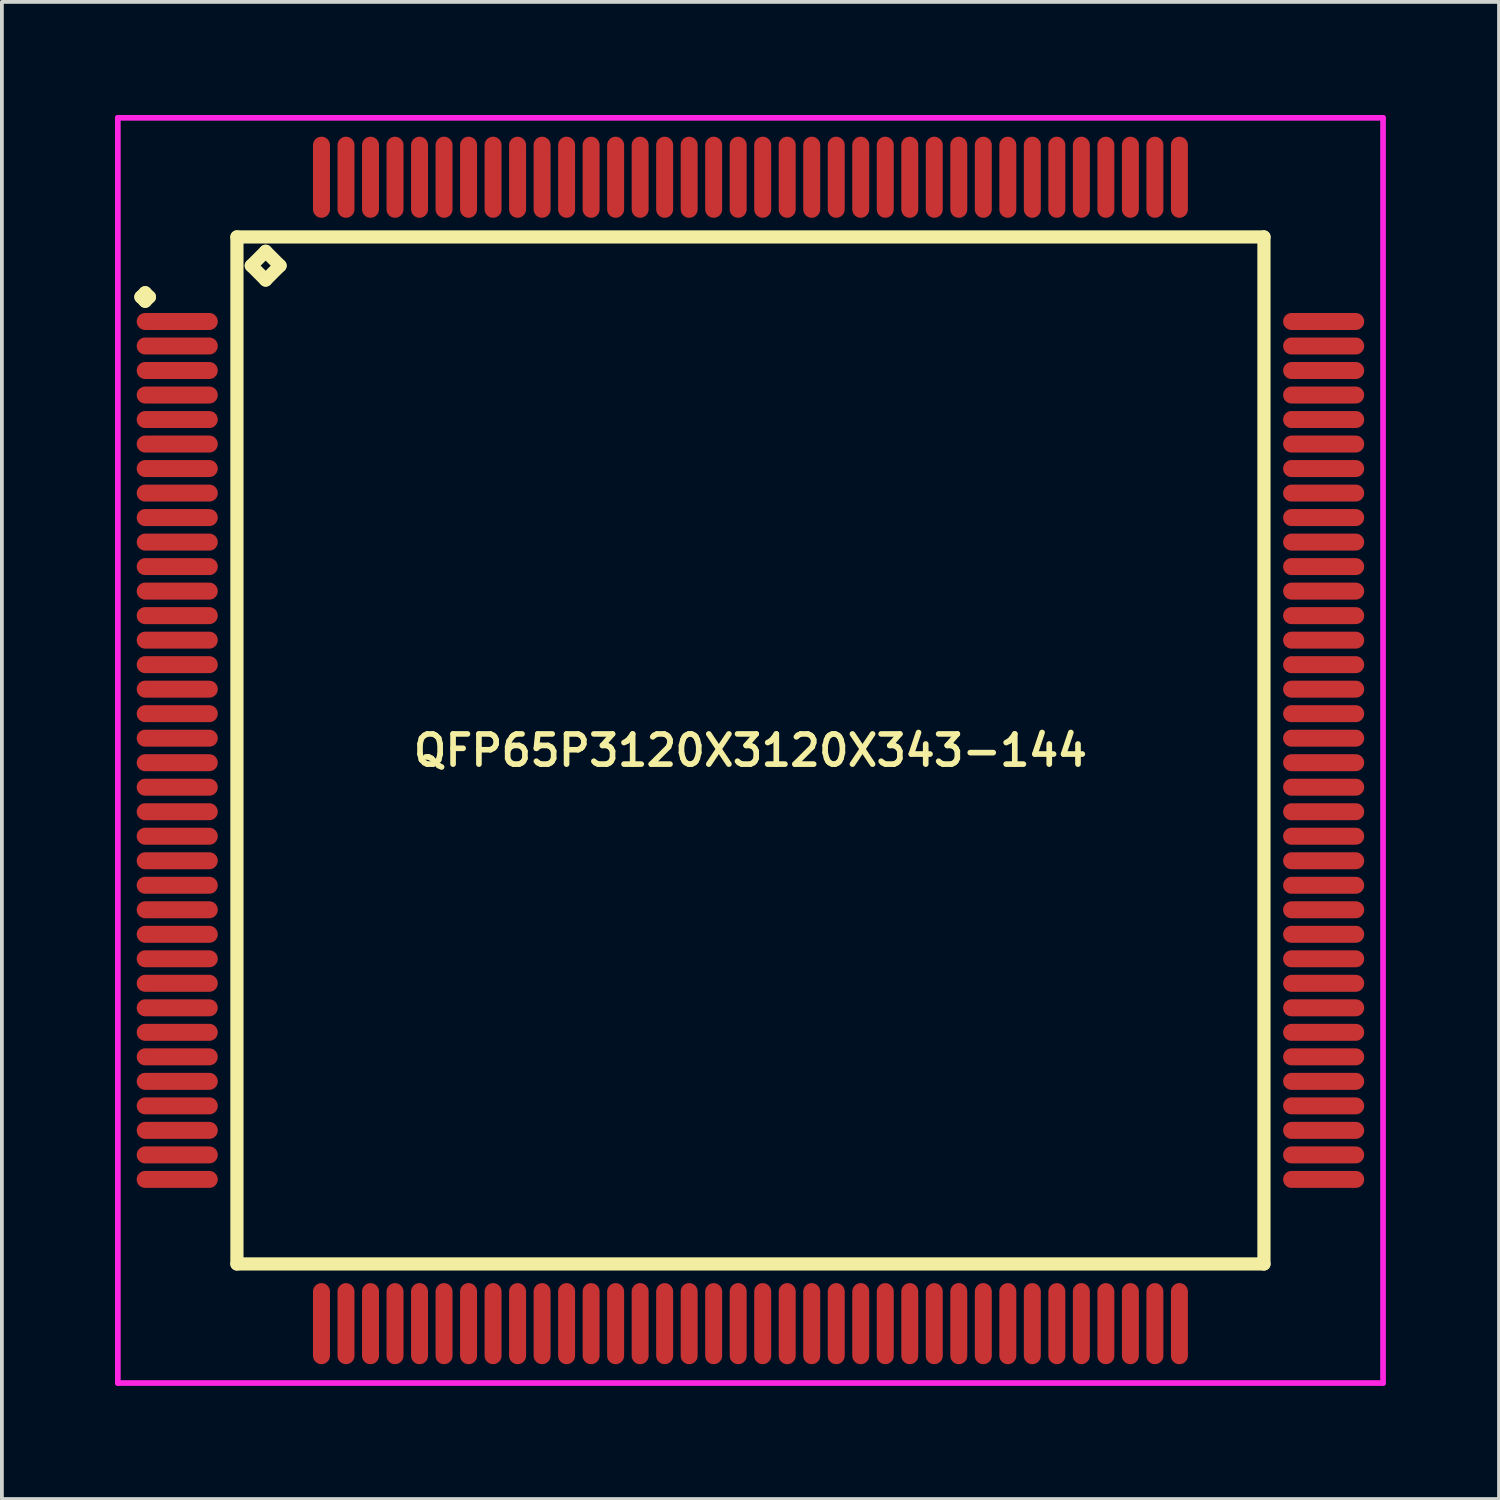
<source format=kicad_pcb>
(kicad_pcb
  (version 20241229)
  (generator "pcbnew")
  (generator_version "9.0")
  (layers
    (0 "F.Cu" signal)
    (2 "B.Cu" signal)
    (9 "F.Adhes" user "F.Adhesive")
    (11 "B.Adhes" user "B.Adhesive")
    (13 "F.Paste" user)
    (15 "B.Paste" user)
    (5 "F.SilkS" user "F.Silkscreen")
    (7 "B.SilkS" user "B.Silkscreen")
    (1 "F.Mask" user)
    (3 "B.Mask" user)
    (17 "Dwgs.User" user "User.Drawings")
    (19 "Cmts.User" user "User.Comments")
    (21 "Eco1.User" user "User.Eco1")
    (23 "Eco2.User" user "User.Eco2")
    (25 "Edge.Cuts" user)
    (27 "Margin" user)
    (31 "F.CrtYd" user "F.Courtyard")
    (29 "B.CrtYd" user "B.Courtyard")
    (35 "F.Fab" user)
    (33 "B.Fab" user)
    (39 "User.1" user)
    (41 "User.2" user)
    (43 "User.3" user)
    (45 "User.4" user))
  (footprint "QFP65P3120X3120X343-144"
    (layer "F.Cu")
    (at 16.85 16.85)
    (property "Reference" "QFP65P3120X3120X343-144" (at 0 0 0) (layer "F.SilkS") (effects (font (size 0.8 0.8) (thickness 0.15))))
    (attr smd)
    (fp_line (start -16.163 -12.025) (end -16.05 -12.137) (stroke (width 0.35) (type solid)) (layer "F.SilkS"))
    (fp_line (start -16.05 -12.137) (end -15.938 -12.025) (stroke (width 0.35) (type solid)) (layer "F.SilkS"))
    (fp_line (start -16.05 -11.912) (end -16.163 -12.025) (stroke (width 0.35) (type solid)) (layer "F.SilkS"))
    (fp_line (start -15.938 -12.025) (end -16.05 -11.912) (stroke (width 0.35) (type solid)) (layer "F.SilkS"))
    (fp_line (start -13.617 -13.617) (end -13.617 13.617) (stroke (width 0.35) (type solid)) (layer "F.SilkS"))
    (fp_line (start -13.617 13.617) (end 13.617 13.617) (stroke (width 0.35) (type solid)) (layer "F.SilkS"))
    (fp_line (start -13.236 -12.855) (end -12.855 -13.236) (stroke (width 0.35) (type solid)) (layer "F.SilkS"))
    (fp_line (start -12.855 -13.236) (end -12.474 -12.855) (stroke (width 0.35) (type solid)) (layer "F.SilkS"))
    (fp_line (start -12.855 -12.474) (end -13.236 -12.855) (stroke (width 0.35) (type solid)) (layer "F.SilkS"))
    (fp_line (start -12.474 -12.855) (end -12.855 -12.474) (stroke (width 0.35) (type solid)) (layer "F.SilkS"))
    (fp_line (start 13.617 -13.617) (end -13.617 -13.617) (stroke (width 0.35) (type solid)) (layer "F.SilkS"))
    (fp_line (start 13.617 13.617) (end 13.617 -13.617) (stroke (width 0.35) (type solid)) (layer "F.SilkS"))
    (fp_line (start -16.775 -16.775) (end 16.775 -16.775) (stroke (width 0.15) (type solid)) (layer "F.CrtYd"))
    (fp_line (start -16.775 16.775) (end -16.775 -16.775) (stroke (width 0.15) (type solid)) (layer "F.CrtYd"))
    (fp_line (start 16.775 -16.775) (end 16.775 16.775) (stroke (width 0.15) (type solid)) (layer "F.CrtYd"))
    (fp_line (start 16.775 16.775) (end -16.775 16.775) (stroke (width 0.15) (type solid)) (layer "F.CrtYd"))
    (pad "1" smd oval (at -15.2 -11.375) (size 2.15 0.45) (layers "F.Cu" "F.Mask" "F.Paste"))
    (pad "2" smd oval (at -15.2 -10.725) (size 2.15 0.45) (layers "F.Cu" "F.Mask" "F.Paste"))
    (pad "3" smd oval (at -15.2 -10.075) (size 2.15 0.45) (layers "F.Cu" "F.Mask" "F.Paste"))
    (pad "4" smd oval (at -15.2 -9.425) (size 2.15 0.45) (layers "F.Cu" "F.Mask" "F.Paste"))
    (pad "5" smd oval (at -15.2 -8.775) (size 2.15 0.45) (layers "F.Cu" "F.Mask" "F.Paste"))
    (pad "6" smd oval (at -15.2 -8.125) (size 2.15 0.45) (layers "F.Cu" "F.Mask" "F.Paste"))
    (pad "7" smd oval (at -15.2 -7.475) (size 2.15 0.45) (layers "F.Cu" "F.Mask" "F.Paste"))
    (pad "8" smd oval (at -15.2 -6.825) (size 2.15 0.45) (layers "F.Cu" "F.Mask" "F.Paste"))
    (pad "9" smd oval (at -15.2 -6.175) (size 2.15 0.45) (layers "F.Cu" "F.Mask" "F.Paste"))
    (pad "10" smd oval (at -15.2 -5.525) (size 2.15 0.45) (layers "F.Cu" "F.Mask" "F.Paste"))
    (pad "11" smd oval (at -15.2 -4.875) (size 2.15 0.45) (layers "F.Cu" "F.Mask" "F.Paste"))
    (pad "12" smd oval (at -15.2 -4.225) (size 2.15 0.45) (layers "F.Cu" "F.Mask" "F.Paste"))
    (pad "13" smd oval (at -15.2 -3.575) (size 2.15 0.45) (layers "F.Cu" "F.Mask" "F.Paste"))
    (pad "14" smd oval (at -15.2 -2.925) (size 2.15 0.45) (layers "F.Cu" "F.Mask" "F.Paste"))
    (pad "15" smd oval (at -15.2 -2.275) (size 2.15 0.45) (layers "F.Cu" "F.Mask" "F.Paste"))
    (pad "16" smd oval (at -15.2 -1.625) (size 2.15 0.45) (layers "F.Cu" "F.Mask" "F.Paste"))
    (pad "17" smd oval (at -15.2 -0.975) (size 2.15 0.45) (layers "F.Cu" "F.Mask" "F.Paste"))
    (pad "18" smd oval (at -15.2 -0.325) (size 2.15 0.45) (layers "F.Cu" "F.Mask" "F.Paste"))
    (pad "19" smd oval (at -15.2 0.325) (size 2.15 0.45) (layers "F.Cu" "F.Mask" "F.Paste"))
    (pad "20" smd oval (at -15.2 0.975) (size 2.15 0.45) (layers "F.Cu" "F.Mask" "F.Paste"))
    (pad "21" smd oval (at -15.2 1.625) (size 2.15 0.45) (layers "F.Cu" "F.Mask" "F.Paste"))
    (pad "22" smd oval (at -15.2 2.275) (size 2.15 0.45) (layers "F.Cu" "F.Mask" "F.Paste"))
    (pad "23" smd oval (at -15.2 2.925) (size 2.15 0.45) (layers "F.Cu" "F.Mask" "F.Paste"))
    (pad "24" smd oval (at -15.2 3.575) (size 2.15 0.45) (layers "F.Cu" "F.Mask" "F.Paste"))
    (pad "25" smd oval (at -15.2 4.225) (size 2.15 0.45) (layers "F.Cu" "F.Mask" "F.Paste"))
    (pad "26" smd oval (at -15.2 4.875) (size 2.15 0.45) (layers "F.Cu" "F.Mask" "F.Paste"))
    (pad "27" smd oval (at -15.2 5.525) (size 2.15 0.45) (layers "F.Cu" "F.Mask" "F.Paste"))
    (pad "28" smd oval (at -15.2 6.175) (size 2.15 0.45) (layers "F.Cu" "F.Mask" "F.Paste"))
    (pad "29" smd oval (at -15.2 6.825) (size 2.15 0.45) (layers "F.Cu" "F.Mask" "F.Paste"))
    (pad "30" smd oval (at -15.2 7.475) (size 2.15 0.45) (layers "F.Cu" "F.Mask" "F.Paste"))
    (pad "31" smd oval (at -15.2 8.125) (size 2.15 0.45) (layers "F.Cu" "F.Mask" "F.Paste"))
    (pad "32" smd oval (at -15.2 8.775) (size 2.15 0.45) (layers "F.Cu" "F.Mask" "F.Paste"))
    (pad "33" smd oval (at -15.2 9.425) (size 2.15 0.45) (layers "F.Cu" "F.Mask" "F.Paste"))
    (pad "34" smd oval (at -15.2 10.075) (size 2.15 0.45) (layers "F.Cu" "F.Mask" "F.Paste"))
    (pad "35" smd oval (at -15.2 10.725) (size 2.15 0.45) (layers "F.Cu" "F.Mask" "F.Paste"))
    (pad "36" smd oval (at -15.2 11.375) (size 2.15 0.45) (layers "F.Cu" "F.Mask" "F.Paste"))
    (pad "37" smd oval (at -11.375 15.2) (size 0.45 2.15) (layers "F.Cu" "F.Mask" "F.Paste"))
    (pad "38" smd oval (at -10.725 15.2) (size 0.45 2.15) (layers "F.Cu" "F.Mask" "F.Paste"))
    (pad "39" smd oval (at -10.075 15.2) (size 0.45 2.15) (layers "F.Cu" "F.Mask" "F.Paste"))
    (pad "40" smd oval (at -9.425 15.2) (size 0.45 2.15) (layers "F.Cu" "F.Mask" "F.Paste"))
    (pad "41" smd oval (at -8.775 15.2) (size 0.45 2.15) (layers "F.Cu" "F.Mask" "F.Paste"))
    (pad "42" smd oval (at -8.125 15.2) (size 0.45 2.15) (layers "F.Cu" "F.Mask" "F.Paste"))
    (pad "43" smd oval (at -7.475 15.2) (size 0.45 2.15) (layers "F.Cu" "F.Mask" "F.Paste"))
    (pad "44" smd oval (at -6.825 15.2) (size 0.45 2.15) (layers "F.Cu" "F.Mask" "F.Paste"))
    (pad "45" smd oval (at -6.175 15.2) (size 0.45 2.15) (layers "F.Cu" "F.Mask" "F.Paste"))
    (pad "46" smd oval (at -5.525 15.2) (size 0.45 2.15) (layers "F.Cu" "F.Mask" "F.Paste"))
    (pad "47" smd oval (at -4.875 15.2) (size 0.45 2.15) (layers "F.Cu" "F.Mask" "F.Paste"))
    (pad "48" smd oval (at -4.225 15.2) (size 0.45 2.15) (layers "F.Cu" "F.Mask" "F.Paste"))
    (pad "49" smd oval (at -3.575 15.2) (size 0.45 2.15) (layers "F.Cu" "F.Mask" "F.Paste"))
    (pad "50" smd oval (at -2.925 15.2) (size 0.45 2.15) (layers "F.Cu" "F.Mask" "F.Paste"))
    (pad "51" smd oval (at -2.275 15.2) (size 0.45 2.15) (layers "F.Cu" "F.Mask" "F.Paste"))
    (pad "52" smd oval (at -1.625 15.2) (size 0.45 2.15) (layers "F.Cu" "F.Mask" "F.Paste"))
    (pad "53" smd oval (at -0.975 15.2) (size 0.45 2.15) (layers "F.Cu" "F.Mask" "F.Paste"))
    (pad "54" smd oval (at -0.325 15.2) (size 0.45 2.15) (layers "F.Cu" "F.Mask" "F.Paste"))
    (pad "55" smd oval (at 0.325 15.2) (size 0.45 2.15) (layers "F.Cu" "F.Mask" "F.Paste"))
    (pad "56" smd oval (at 0.975 15.2) (size 0.45 2.15) (layers "F.Cu" "F.Mask" "F.Paste"))
    (pad "57" smd oval (at 1.625 15.2) (size 0.45 2.15) (layers "F.Cu" "F.Mask" "F.Paste"))
    (pad "58" smd oval (at 2.275 15.2) (size 0.45 2.15) (layers "F.Cu" "F.Mask" "F.Paste"))
    (pad "59" smd oval (at 2.925 15.2) (size 0.45 2.15) (layers "F.Cu" "F.Mask" "F.Paste"))
    (pad "60" smd oval (at 3.575 15.2) (size 0.45 2.15) (layers "F.Cu" "F.Mask" "F.Paste"))
    (pad "61" smd oval (at 4.225 15.2) (size 0.45 2.15) (layers "F.Cu" "F.Mask" "F.Paste"))
    (pad "62" smd oval (at 4.875 15.2) (size 0.45 2.15) (layers "F.Cu" "F.Mask" "F.Paste"))
    (pad "63" smd oval (at 5.525 15.2) (size 0.45 2.15) (layers "F.Cu" "F.Mask" "F.Paste"))
    (pad "64" smd oval (at 6.175 15.2) (size 0.45 2.15) (layers "F.Cu" "F.Mask" "F.Paste"))
    (pad "65" smd oval (at 6.825 15.2) (size 0.45 2.15) (layers "F.Cu" "F.Mask" "F.Paste"))
    (pad "66" smd oval (at 7.475 15.2) (size 0.45 2.15) (layers "F.Cu" "F.Mask" "F.Paste"))
    (pad "67" smd oval (at 8.125 15.2) (size 0.45 2.15) (layers "F.Cu" "F.Mask" "F.Paste"))
    (pad "68" smd oval (at 8.775 15.2) (size 0.45 2.15) (layers "F.Cu" "F.Mask" "F.Paste"))
    (pad "69" smd oval (at 9.425 15.2) (size 0.45 2.15) (layers "F.Cu" "F.Mask" "F.Paste"))
    (pad "70" smd oval (at 10.075 15.2) (size 0.45 2.15) (layers "F.Cu" "F.Mask" "F.Paste"))
    (pad "71" smd oval (at 10.725 15.2) (size 0.45 2.15) (layers "F.Cu" "F.Mask" "F.Paste"))
    (pad "72" smd oval (at 11.375 15.2) (size 0.45 2.15) (layers "F.Cu" "F.Mask" "F.Paste"))
    (pad "73" smd oval (at 15.2 11.375) (size 2.15 0.45) (layers "F.Cu" "F.Mask" "F.Paste"))
    (pad "74" smd oval (at 15.2 10.725) (size 2.15 0.45) (layers "F.Cu" "F.Mask" "F.Paste"))
    (pad "75" smd oval (at 15.2 10.075) (size 2.15 0.45) (layers "F.Cu" "F.Mask" "F.Paste"))
    (pad "76" smd oval (at 15.2 9.425) (size 2.15 0.45) (layers "F.Cu" "F.Mask" "F.Paste"))
    (pad "77" smd oval (at 15.2 8.775) (size 2.15 0.45) (layers "F.Cu" "F.Mask" "F.Paste"))
    (pad "78" smd oval (at 15.2 8.125) (size 2.15 0.45) (layers "F.Cu" "F.Mask" "F.Paste"))
    (pad "79" smd oval (at 15.2 7.475) (size 2.15 0.45) (layers "F.Cu" "F.Mask" "F.Paste"))
    (pad "80" smd oval (at 15.2 6.825) (size 2.15 0.45) (layers "F.Cu" "F.Mask" "F.Paste"))
    (pad "81" smd oval (at 15.2 6.175) (size 2.15 0.45) (layers "F.Cu" "F.Mask" "F.Paste"))
    (pad "82" smd oval (at 15.2 5.525) (size 2.15 0.45) (layers "F.Cu" "F.Mask" "F.Paste"))
    (pad "83" smd oval (at 15.2 4.875) (size 2.15 0.45) (layers "F.Cu" "F.Mask" "F.Paste"))
    (pad "84" smd oval (at 15.2 4.225) (size 2.15 0.45) (layers "F.Cu" "F.Mask" "F.Paste"))
    (pad "85" smd oval (at 15.2 3.575) (size 2.15 0.45) (layers "F.Cu" "F.Mask" "F.Paste"))
    (pad "86" smd oval (at 15.2 2.925) (size 2.15 0.45) (layers "F.Cu" "F.Mask" "F.Paste"))
    (pad "87" smd oval (at 15.2 2.275) (size 2.15 0.45) (layers "F.Cu" "F.Mask" "F.Paste"))
    (pad "88" smd oval (at 15.2 1.625) (size 2.15 0.45) (layers "F.Cu" "F.Mask" "F.Paste"))
    (pad "89" smd oval (at 15.2 0.975) (size 2.15 0.45) (layers "F.Cu" "F.Mask" "F.Paste"))
    (pad "90" smd oval (at 15.2 0.325) (size 2.15 0.45) (layers "F.Cu" "F.Mask" "F.Paste"))
    (pad "91" smd oval (at 15.2 -0.325) (size 2.15 0.45) (layers "F.Cu" "F.Mask" "F.Paste"))
    (pad "92" smd oval (at 15.2 -0.975) (size 2.15 0.45) (layers "F.Cu" "F.Mask" "F.Paste"))
    (pad "93" smd oval (at 15.2 -1.625) (size 2.15 0.45) (layers "F.Cu" "F.Mask" "F.Paste"))
    (pad "94" smd oval (at 15.2 -2.275) (size 2.15 0.45) (layers "F.Cu" "F.Mask" "F.Paste"))
    (pad "95" smd oval (at 15.2 -2.925) (size 2.15 0.45) (layers "F.Cu" "F.Mask" "F.Paste"))
    (pad "96" smd oval (at 15.2 -3.575) (size 2.15 0.45) (layers "F.Cu" "F.Mask" "F.Paste"))
    (pad "97" smd oval (at 15.2 -4.225) (size 2.15 0.45) (layers "F.Cu" "F.Mask" "F.Paste"))
    (pad "98" smd oval (at 15.2 -4.875) (size 2.15 0.45) (layers "F.Cu" "F.Mask" "F.Paste"))
    (pad "99" smd oval (at 15.2 -5.525) (size 2.15 0.45) (layers "F.Cu" "F.Mask" "F.Paste"))
    (pad "100" smd oval (at 15.2 -6.175) (size 2.15 0.45) (layers "F.Cu" "F.Mask" "F.Paste"))
    (pad "101" smd oval (at 15.2 -6.825) (size 2.15 0.45) (layers "F.Cu" "F.Mask" "F.Paste"))
    (pad "102" smd oval (at 15.2 -7.475) (size 2.15 0.45) (layers "F.Cu" "F.Mask" "F.Paste"))
    (pad "103" smd oval (at 15.2 -8.125) (size 2.15 0.45) (layers "F.Cu" "F.Mask" "F.Paste"))
    (pad "104" smd oval (at 15.2 -8.775) (size 2.15 0.45) (layers "F.Cu" "F.Mask" "F.Paste"))
    (pad "105" smd oval (at 15.2 -9.425) (size 2.15 0.45) (layers "F.Cu" "F.Mask" "F.Paste"))
    (pad "106" smd oval (at 15.2 -10.075) (size 2.15 0.45) (layers "F.Cu" "F.Mask" "F.Paste"))
    (pad "107" smd oval (at 15.2 -10.725) (size 2.15 0.45) (layers "F.Cu" "F.Mask" "F.Paste"))
    (pad "108" smd oval (at 15.2 -11.375) (size 2.15 0.45) (layers "F.Cu" "F.Mask" "F.Paste"))
    (pad "109" smd oval (at 11.375 -15.2) (size 0.45 2.15) (layers "F.Cu" "F.Mask" "F.Paste"))
    (pad "110" smd oval (at 10.725 -15.2) (size 0.45 2.15) (layers "F.Cu" "F.Mask" "F.Paste"))
    (pad "111" smd oval (at 10.075 -15.2) (size 0.45 2.15) (layers "F.Cu" "F.Mask" "F.Paste"))
    (pad "112" smd oval (at 9.425 -15.2) (size 0.45 2.15) (layers "F.Cu" "F.Mask" "F.Paste"))
    (pad "113" smd oval (at 8.775 -15.2) (size 0.45 2.15) (layers "F.Cu" "F.Mask" "F.Paste"))
    (pad "114" smd oval (at 8.125 -15.2) (size 0.45 2.15) (layers "F.Cu" "F.Mask" "F.Paste"))
    (pad "115" smd oval (at 7.475 -15.2) (size 0.45 2.15) (layers "F.Cu" "F.Mask" "F.Paste"))
    (pad "116" smd oval (at 6.825 -15.2) (size 0.45 2.15) (layers "F.Cu" "F.Mask" "F.Paste"))
    (pad "117" smd oval (at 6.175 -15.2) (size 0.45 2.15) (layers "F.Cu" "F.Mask" "F.Paste"))
    (pad "118" smd oval (at 5.525 -15.2) (size 0.45 2.15) (layers "F.Cu" "F.Mask" "F.Paste"))
    (pad "119" smd oval (at 4.875 -15.2) (size 0.45 2.15) (layers "F.Cu" "F.Mask" "F.Paste"))
    (pad "120" smd oval (at 4.225 -15.2) (size 0.45 2.15) (layers "F.Cu" "F.Mask" "F.Paste"))
    (pad "121" smd oval (at 3.575 -15.2) (size 0.45 2.15) (layers "F.Cu" "F.Mask" "F.Paste"))
    (pad "122" smd oval (at 2.925 -15.2) (size 0.45 2.15) (layers "F.Cu" "F.Mask" "F.Paste"))
    (pad "123" smd oval (at 2.275 -15.2) (size 0.45 2.15) (layers "F.Cu" "F.Mask" "F.Paste"))
    (pad "124" smd oval (at 1.625 -15.2) (size 0.45 2.15) (layers "F.Cu" "F.Mask" "F.Paste"))
    (pad "125" smd oval (at 0.975 -15.2) (size 0.45 2.15) (layers "F.Cu" "F.Mask" "F.Paste"))
    (pad "126" smd oval (at 0.325 -15.2) (size 0.45 2.15) (layers "F.Cu" "F.Mask" "F.Paste"))
    (pad "127" smd oval (at -0.325 -15.2) (size 0.45 2.15) (layers "F.Cu" "F.Mask" "F.Paste"))
    (pad "128" smd oval (at -0.975 -15.2) (size 0.45 2.15) (layers "F.Cu" "F.Mask" "F.Paste"))
    (pad "129" smd oval (at -1.625 -15.2) (size 0.45 2.15) (layers "F.Cu" "F.Mask" "F.Paste"))
    (pad "130" smd oval (at -2.275 -15.2) (size 0.45 2.15) (layers "F.Cu" "F.Mask" "F.Paste"))
    (pad "131" smd oval (at -2.925 -15.2) (size 0.45 2.15) (layers "F.Cu" "F.Mask" "F.Paste"))
    (pad "132" smd oval (at -3.575 -15.2) (size 0.45 2.15) (layers "F.Cu" "F.Mask" "F.Paste"))
    (pad "133" smd oval (at -4.225 -15.2) (size 0.45 2.15) (layers "F.Cu" "F.Mask" "F.Paste"))
    (pad "134" smd oval (at -4.875 -15.2) (size 0.45 2.15) (layers "F.Cu" "F.Mask" "F.Paste"))
    (pad "135" smd oval (at -5.525 -15.2) (size 0.45 2.15) (layers "F.Cu" "F.Mask" "F.Paste"))
    (pad "136" smd oval (at -6.175 -15.2) (size 0.45 2.15) (layers "F.Cu" "F.Mask" "F.Paste"))
    (pad "137" smd oval (at -6.825 -15.2) (size 0.45 2.15) (layers "F.Cu" "F.Mask" "F.Paste"))
    (pad "138" smd oval (at -7.475 -15.2) (size 0.45 2.15) (layers "F.Cu" "F.Mask" "F.Paste"))
    (pad "139" smd oval (at -8.125 -15.2) (size 0.45 2.15) (layers "F.Cu" "F.Mask" "F.Paste"))
    (pad "140" smd oval (at -8.775 -15.2) (size 0.45 2.15) (layers "F.Cu" "F.Mask" "F.Paste"))
    (pad "141" smd oval (at -9.425 -15.2) (size 0.45 2.15) (layers "F.Cu" "F.Mask" "F.Paste"))
    (pad "142" smd oval (at -10.075 -15.2) (size 0.45 2.15) (layers "F.Cu" "F.Mask" "F.Paste"))
    (pad "143" smd oval (at -10.725 -15.2) (size 0.45 2.15) (layers "F.Cu" "F.Mask" "F.Paste"))
    (pad "144" smd oval (at -11.375 -15.2) (size 0.45 2.15) (layers "F.Cu" "F.Mask" "F.Paste")))
  (gr_rect
    (start -3 -3)
    (end 36.7 36.7)
    (stroke (width 0.1) (type default))
    (fill no)
    (layer "Edge.Cuts")))
</source>
